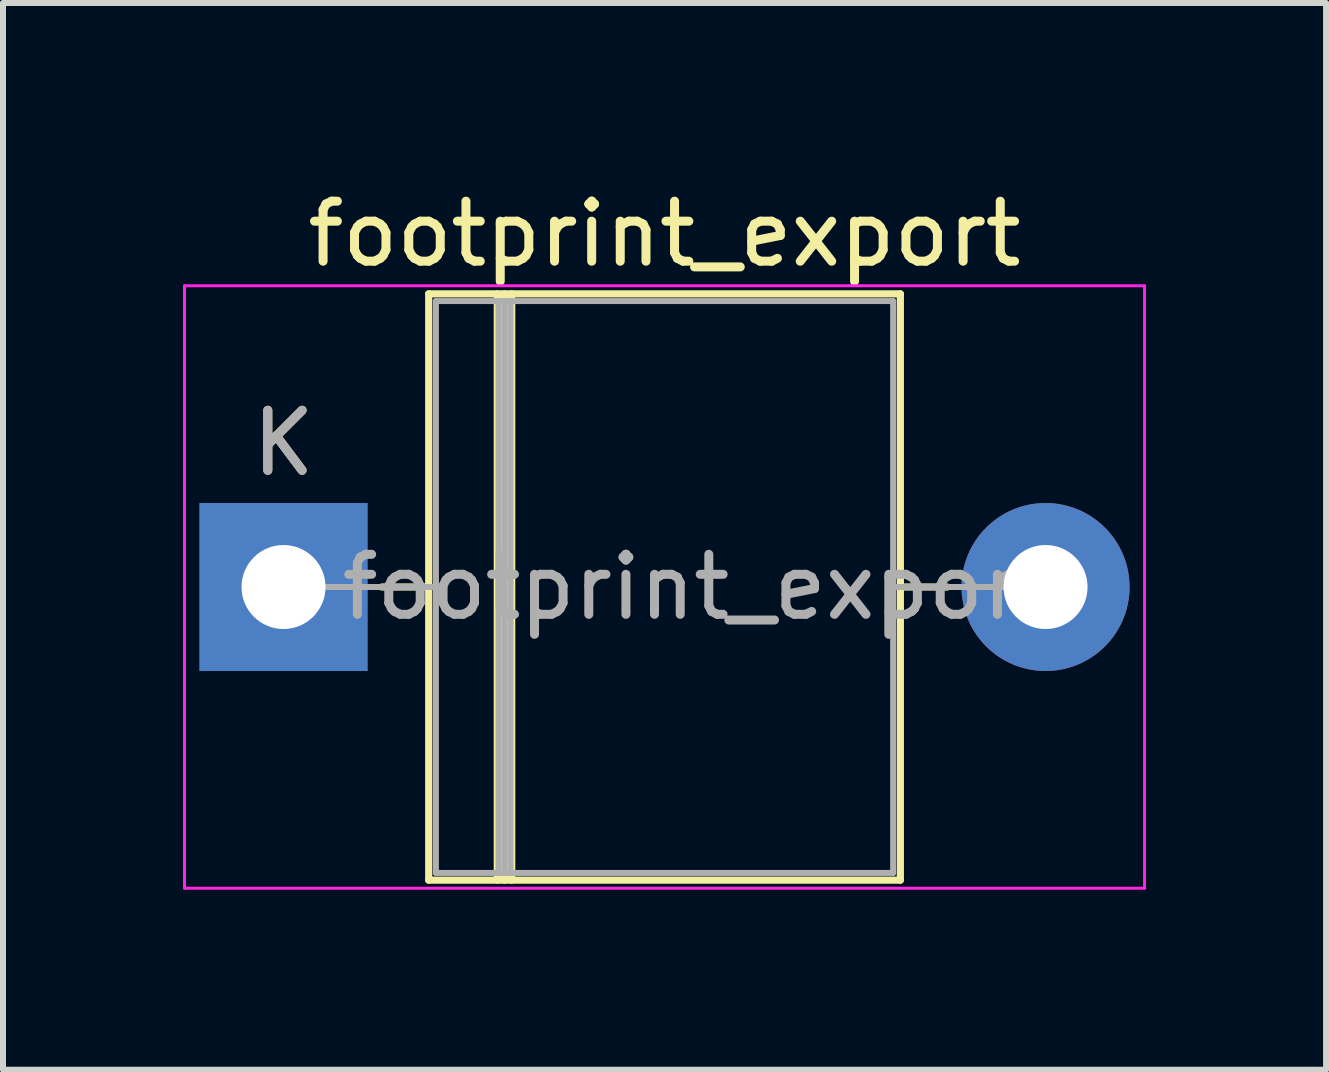
<source format=kicad_pcb>
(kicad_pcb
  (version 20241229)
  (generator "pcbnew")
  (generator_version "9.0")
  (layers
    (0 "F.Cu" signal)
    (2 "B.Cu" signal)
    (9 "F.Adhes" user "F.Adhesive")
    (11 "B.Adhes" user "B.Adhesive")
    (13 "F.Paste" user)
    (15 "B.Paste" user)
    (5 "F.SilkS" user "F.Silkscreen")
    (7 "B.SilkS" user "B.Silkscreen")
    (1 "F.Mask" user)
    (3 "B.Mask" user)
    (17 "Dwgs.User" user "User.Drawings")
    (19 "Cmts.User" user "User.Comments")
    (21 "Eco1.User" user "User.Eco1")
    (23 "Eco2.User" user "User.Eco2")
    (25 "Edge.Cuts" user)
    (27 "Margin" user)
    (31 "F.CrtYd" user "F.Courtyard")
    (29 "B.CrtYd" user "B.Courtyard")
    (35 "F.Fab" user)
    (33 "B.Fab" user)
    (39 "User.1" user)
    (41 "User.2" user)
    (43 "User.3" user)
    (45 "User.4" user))
  (footprint "footprint_export"
    (layer "F.Cu")
    (at 1.675 6.733)
    (property "Reference" "footprint_export" (at 6.35 -5.885 0) (layer "F.SilkS") (effects (font (size 1 1) (thickness 0.15))))
    (attr through_hole)
    (fp_line (start 1.64 0) (end 2.42 0) (stroke (width 0.12) (type solid)) (layer "F.SilkS"))
    (fp_line (start 2.42 -4.885) (end 2.42 4.885) (stroke (width 0.12) (type solid)) (layer "F.SilkS"))
    (fp_line (start 2.42 4.885) (end 10.28 4.885) (stroke (width 0.12) (type solid)) (layer "F.SilkS"))
    (fp_line (start 3.563 -4.885) (end 3.563 4.885) (stroke (width 0.12) (type solid)) (layer "F.SilkS"))
    (fp_line (start 3.683 -4.885) (end 3.683 4.885) (stroke (width 0.12) (type solid)) (layer "F.SilkS"))
    (fp_line (start 3.803 -4.885) (end 3.803 4.885) (stroke (width 0.12) (type solid)) (layer "F.SilkS"))
    (fp_line (start 10.28 -4.885) (end 2.42 -4.885) (stroke (width 0.12) (type solid)) (layer "F.SilkS"))
    (fp_line (start 10.28 4.885) (end 10.28 -4.885) (stroke (width 0.12) (type solid)) (layer "F.SilkS"))
    (fp_line (start 11.06 0) (end 10.28 0) (stroke (width 0.12) (type solid)) (layer "F.SilkS"))
    (fp_line (start -1.65 -5.02) (end -1.65 5.02) (stroke (width 0.05) (type solid)) (layer "F.CrtYd"))
    (fp_line (start -1.65 5.02) (end 14.35 5.02) (stroke (width 0.05) (type solid)) (layer "F.CrtYd"))
    (fp_line (start 14.35 -5.02) (end -1.65 -5.02) (stroke (width 0.05) (type solid)) (layer "F.CrtYd"))
    (fp_line (start 14.35 5.02) (end 14.35 -5.02) (stroke (width 0.05) (type solid)) (layer "F.CrtYd"))
    (fp_line (start 0 0) (end 2.54 0) (stroke (width 0.1) (type solid)) (layer "F.Fab"))
    (fp_line (start 2.54 -4.765) (end 2.54 4.765) (stroke (width 0.1) (type solid)) (layer "F.Fab"))
    (fp_line (start 2.54 4.765) (end 10.16 4.765) (stroke (width 0.1) (type solid)) (layer "F.Fab"))
    (fp_line (start 3.583 -4.765) (end 3.583 4.765) (stroke (width 0.1) (type solid)) (layer "F.Fab"))
    (fp_line (start 3.683 -4.765) (end 3.683 4.765) (stroke (width 0.1) (type solid)) (layer "F.Fab"))
    (fp_line (start 3.783 -4.765) (end 3.783 4.765) (stroke (width 0.1) (type solid)) (layer "F.Fab"))
    (fp_line (start 10.16 -4.765) (end 2.54 -4.765) (stroke (width 0.1) (type solid)) (layer "F.Fab"))
    (fp_line (start 10.16 4.765) (end 10.16 -4.765) (stroke (width 0.1) (type solid)) (layer "F.Fab"))
    (fp_line (start 12.7 0) (end 10.16 0) (stroke (width 0.1) (type solid)) (layer "F.Fab"))
    (fp_text user "K" (at 0 -2.4 0) (layer "F.SilkS") (effects (font (size 1 1) (thickness 0.15))))
    (fp_text user "K" (at 0 -2.4 0) (layer "F.Fab") (effects (font (size 1 1) (thickness 0.15))))
    (fp_text user "${REFERENCE}" (at 6.921 0 0) (layer "F.Fab") (effects (font (size 1 1) (thickness 0.15))))
    (pad "1" thru_hole rect (at 0 0) (size 2.8 2.8) (drill 1.4) (layers "*.Cu" "*.Mask"))
    (pad "2" thru_hole oval (at 12.7 0) (size 2.8 2.8) (drill 1.4) (layers "*.Cu" "*.Mask")))
  (gr_rect
    (start -3 -3)
    (end 19.05 14.778)
    (stroke (width 0.1) (type default))
    (fill no)
    (layer "Edge.Cuts")))
</source>
